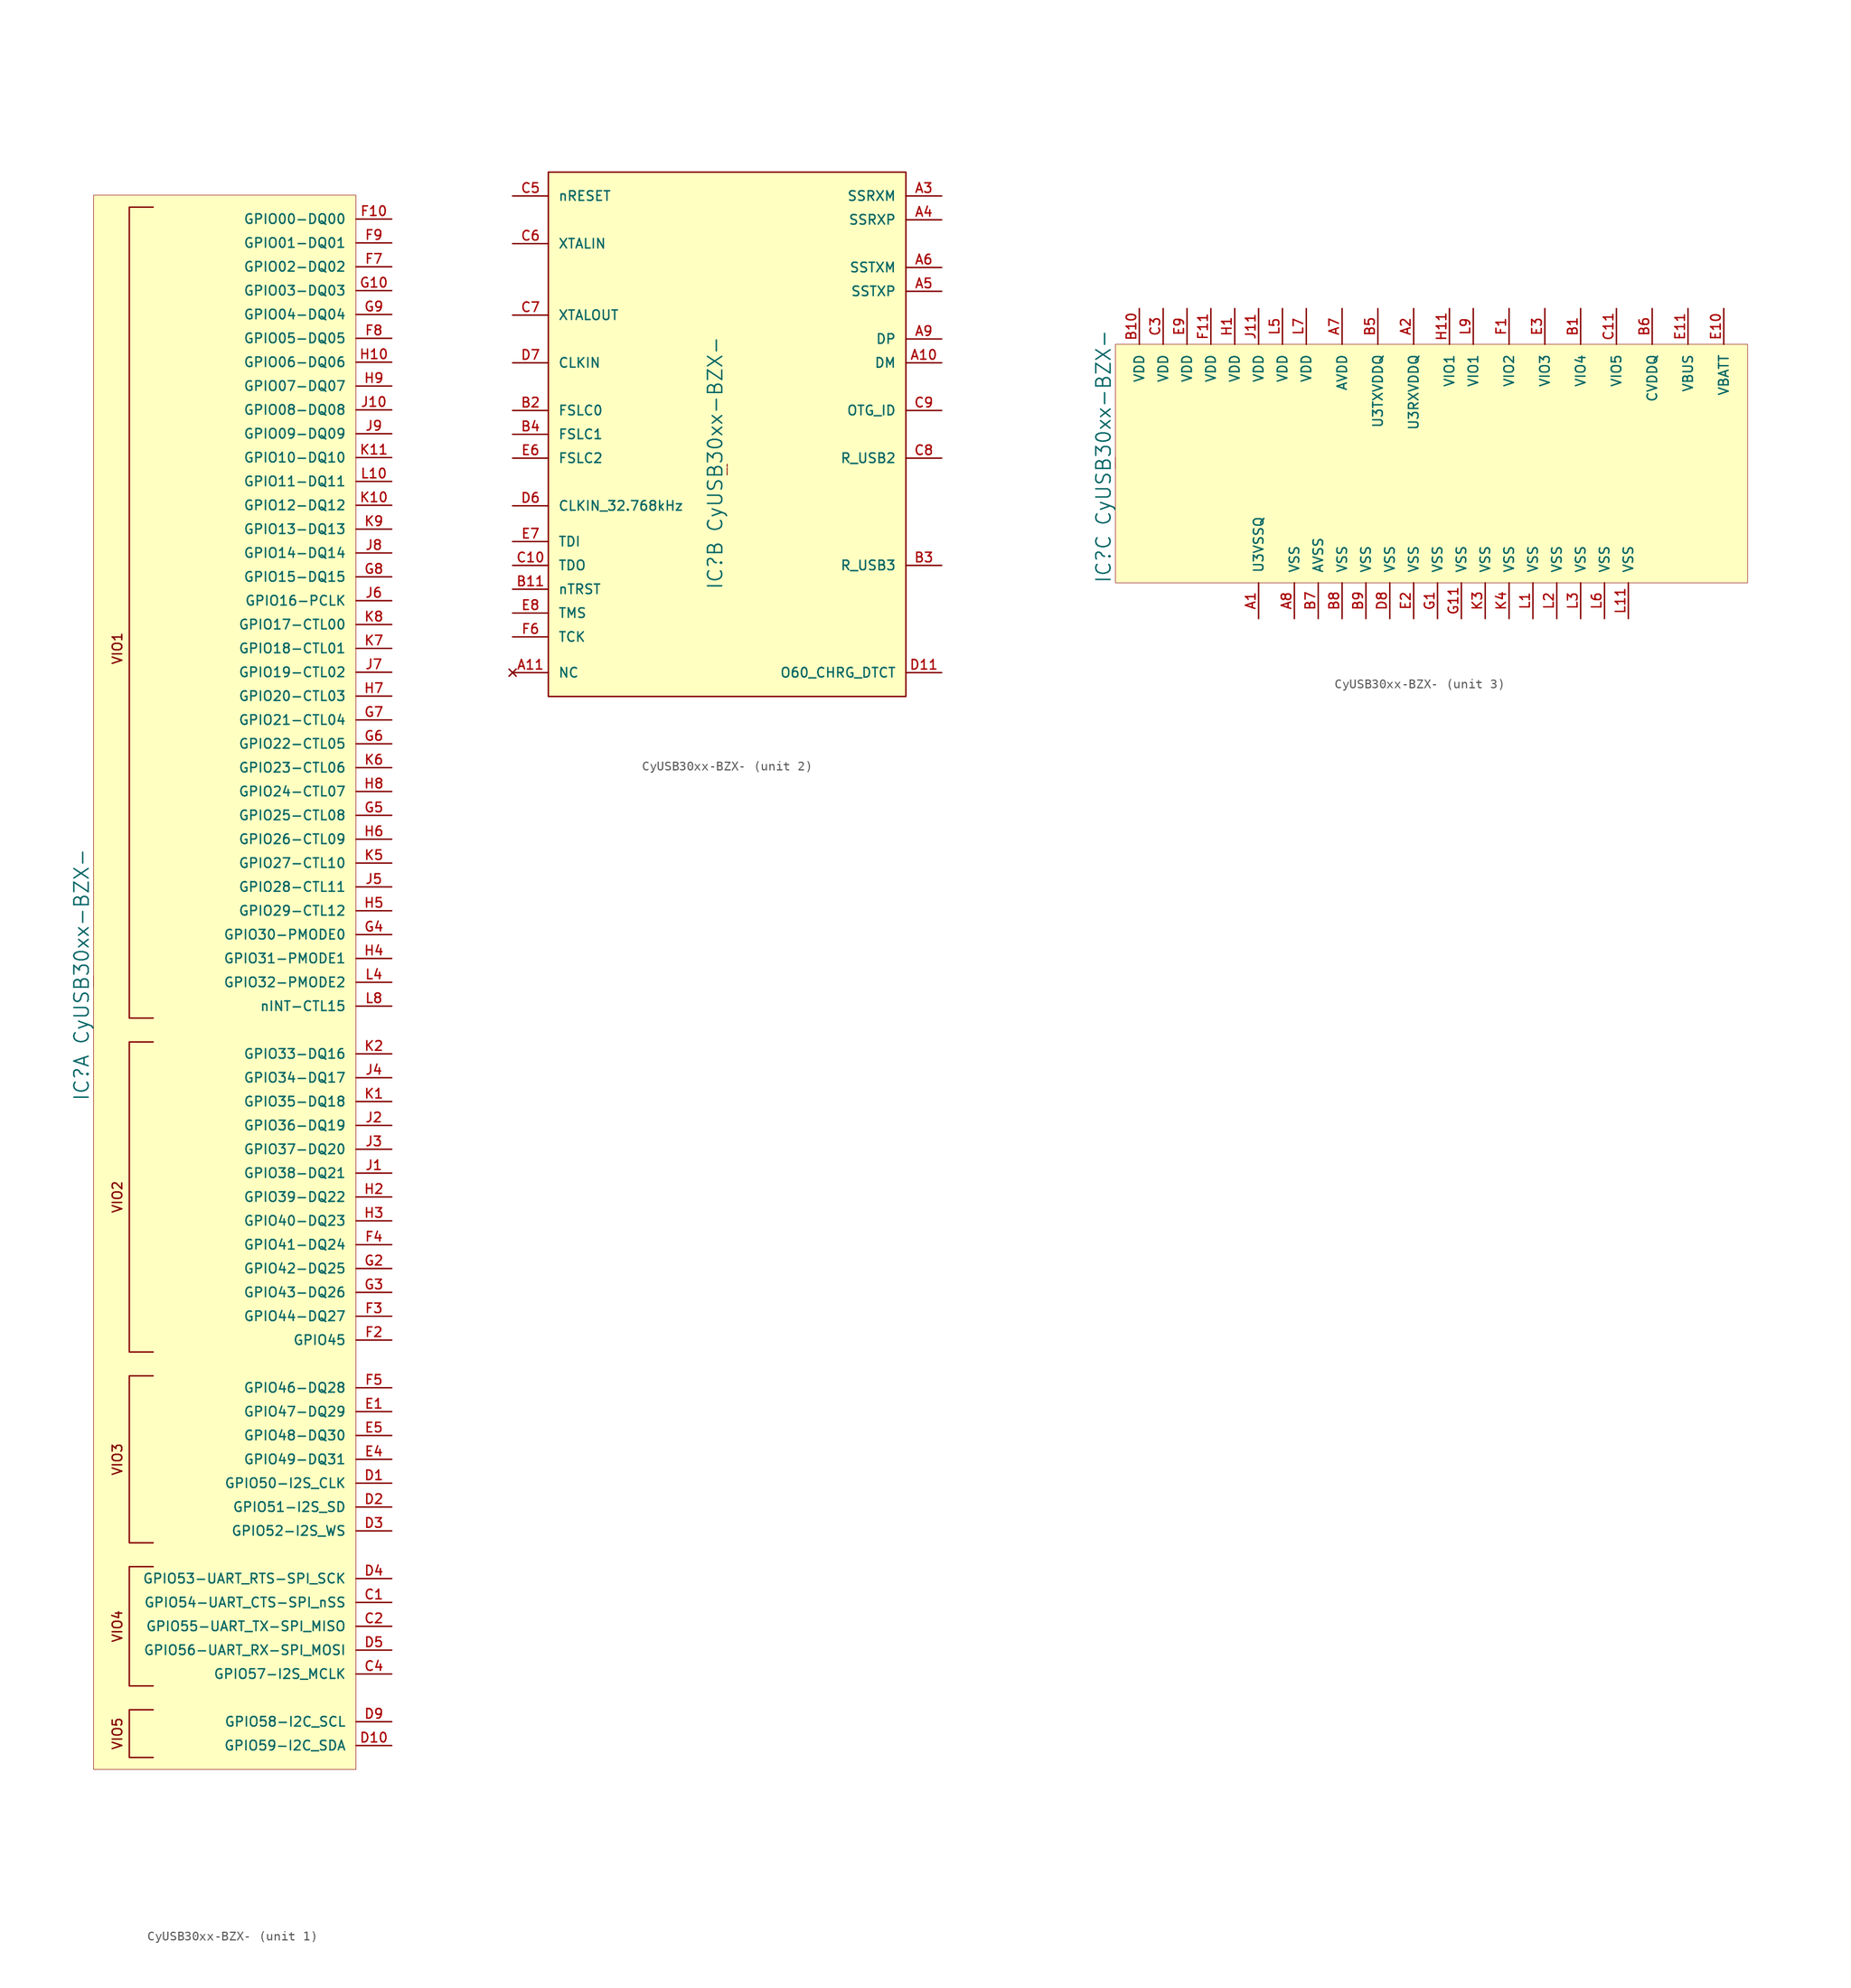
<source format=kicad_sym>
(kicad_symbol_lib
  (version 20231120)
  (generator "kicad_symbol_editor")
  (generator_version "8.0")
  (symbol "CyUSB30xx-BZX-"
    (pin_names
      (offset 1.016))
    (property "Reference" "IC"
      (at -1.27 -10.16 90)
      (effects (font (size 1.524 1.524))))
    (property "Value" "CyUSB30xx-BZX-"
      (at -1.27 3.81 90)
      (effects (font (size 1.524 1.524))))
    (property "Footprint" ""
      (at 10.16 39.37 0)
      (effects (font (size 1.524 1.524))))
    (property "Datasheet" ""
      (at 10.16 39.37 0)
      (effects (font (size 1.524 1.524))))
    (symbol "CyUSB30xx-BZX-_0_0"
      (text "Schematic Symbol Drawn By Opendous Inc. www.opendous.org" (at 0 0.051 900) (effects (font (size 0.025 0.025)))))
    (symbol "CyUSB30xx-BZX-_1_0"
      (polyline (pts (xy 6.35 -77.47) (xy 3.81 -77.47) (xy 3.81 -82.55) (xy 6.35 -82.55)) (stroke (width 0.152) (type solid)) (fill (type none)))
      (polyline (pts (xy 6.35 -62.23) (xy 3.81 -62.23) (xy 3.81 -74.93) (xy 6.35 -74.93)) (stroke (width 0) (type solid)) (fill (type none)))
      (polyline (pts (xy 6.35 -59.69) (xy 3.81 -59.69) (xy 3.81 -41.91) (xy 6.35 -41.91)) (stroke (width 0) (type solid)) (fill (type none)))
      (polyline (pts (xy 6.35 -39.37) (xy 3.81 -39.37) (xy 3.81 -6.35) (xy 6.35 -6.35)) (stroke (width 0) (type solid)) (fill (type none)))
      (polyline (pts (xy 6.35 -3.81) (xy 3.81 -3.81) (xy 3.81 82.55) (xy 6.35 82.55)) (stroke (width 0) (type solid)) (fill (type none)))
      (text "VIO1" (at 2.54 35.56 900) (effects (font (size 1.016 1.016))))
      (text "VIO2" (at 2.54 -22.86 900) (effects (font (size 1.016 1.016))))
      (text "VIO3" (at 2.54 -50.8 900) (effects (font (size 1.016 1.016))))
      (text "VIO4" (at 2.54 -68.58 900) (effects (font (size 1.016 1.016))))
      (text "VIO5" (at 2.54 -80.01 900) (effects (font (size 1.016 1.016)))))
    (symbol "CyUSB30xx-BZX-_1_1"
      (rectangle (start 27.94 83.82) (end 0 -83.82) (stroke (width 0.051) (type solid)) (fill (type background)))
      (pin bidirectional line (at 31.75 -66.04 180) (length 3.81) (name "GPIO54-UART_CTS-SPI_nSS" (effects (font (size 1.016 1.016)))) (number "C1" (effects (font (size 1.016 1.016)))))
      (pin bidirectional line (at 31.75 -68.58 180) (length 3.81) (name "GPIO55-UART_TX-SPI_MISO" (effects (font (size 1.016 1.016)))) (number "C2" (effects (font (size 1.016 1.016)))))
      (pin bidirectional line (at 31.75 -73.66 180) (length 3.81) (name "GPIO57-I2S_MCLK" (effects (font (size 1.016 1.016)))) (number "C4" (effects (font (size 1.016 1.016)))))
      (pin bidirectional line (at 31.75 -53.34 180) (length 3.81) (name "GPIO50-I2S_CLK" (effects (font (size 1.016 1.016)))) (number "D1" (effects (font (size 1.016 1.016)))))
      (pin bidirectional line (at 31.75 -81.28 180) (length 3.81) (name "GPIO59-I2C_SDA" (effects (font (size 1.016 1.016)))) (number "D10" (effects (font (size 1.016 1.016)))))
      (pin bidirectional line (at 31.75 -55.88 180) (length 3.81) (name "GPIO51-I2S_SD" (effects (font (size 1.016 1.016)))) (number "D2" (effects (font (size 1.016 1.016)))))
      (pin bidirectional line (at 31.75 -58.42 180) (length 3.81) (name "GPIO52-I2S_WS" (effects (font (size 1.016 1.016)))) (number "D3" (effects (font (size 1.016 1.016)))))
      (pin bidirectional line (at 31.75 -63.5 180) (length 3.81) (name "GPIO53-UART_RTS-SPI_SCK" (effects (font (size 1.016 1.016)))) (number "D4" (effects (font (size 1.016 1.016)))))
      (pin bidirectional line (at 31.75 -71.12 180) (length 3.81) (name "GPIO56-UART_RX-SPI_MOSI" (effects (font (size 1.016 1.016)))) (number "D5" (effects (font (size 1.016 1.016)))))
      (pin bidirectional line (at 31.75 -78.74 180) (length 3.81) (name "GPIO58-I2C_SCL" (effects (font (size 1.016 1.016)))) (number "D9" (effects (font (size 1.016 1.016)))))
      (pin bidirectional line (at 31.75 -45.72 180) (length 3.81) (name "GPIO47-DQ29" (effects (font (size 1.016 1.016)))) (number "E1" (effects (font (size 1.016 1.016)))))
      (pin bidirectional line (at 31.75 -50.8 180) (length 3.81) (name "GPIO49-DQ31" (effects (font (size 1.016 1.016)))) (number "E4" (effects (font (size 1.016 1.016)))))
      (pin bidirectional line (at 31.75 -48.26 180) (length 3.81) (name "GPIO48-DQ30" (effects (font (size 1.016 1.016)))) (number "E5" (effects (font (size 1.016 1.016)))))
      (pin bidirectional line (at 31.75 81.28 180) (length 3.81) (name "GPIO00-DQ00" (effects (font (size 1.016 1.016)))) (number "F10" (effects (font (size 1.016 1.016)))))
      (pin bidirectional line (at 31.75 -38.1 180) (length 3.81) (name "GPIO45" (effects (font (size 1.016 1.016)))) (number "F2" (effects (font (size 1.016 1.016)))))
      (pin bidirectional line (at 31.75 -35.56 180) (length 3.81) (name "GPIO44-DQ27" (effects (font (size 1.016 1.016)))) (number "F3" (effects (font (size 1.016 1.016)))))
      (pin bidirectional line (at 31.75 -27.94 180) (length 3.81) (name "GPIO41-DQ24" (effects (font (size 1.016 1.016)))) (number "F4" (effects (font (size 1.016 1.016)))))
      (pin bidirectional line (at 31.75 -43.18 180) (length 3.81) (name "GPIO46-DQ28" (effects (font (size 1.016 1.016)))) (number "F5" (effects (font (size 1.016 1.016)))))
      (pin bidirectional line (at 31.75 76.2 180) (length 3.81) (name "GPIO02-DQ02" (effects (font (size 1.016 1.016)))) (number "F7" (effects (font (size 1.016 1.016)))))
      (pin bidirectional line (at 31.75 68.58 180) (length 3.81) (name "GPIO05-DQ05" (effects (font (size 1.016 1.016)))) (number "F8" (effects (font (size 1.016 1.016)))))
      (pin bidirectional line (at 31.75 78.74 180) (length 3.81) (name "GPIO01-DQ01" (effects (font (size 1.016 1.016)))) (number "F9" (effects (font (size 1.016 1.016)))))
      (pin bidirectional line (at 31.75 73.66 180) (length 3.81) (name "GPIO03-DQ03" (effects (font (size 1.016 1.016)))) (number "G10" (effects (font (size 1.016 1.016)))))
      (pin bidirectional line (at 31.75 -30.48 180) (length 3.81) (name "GPIO42-DQ25" (effects (font (size 1.016 1.016)))) (number "G2" (effects (font (size 1.016 1.016)))))
      (pin bidirectional line (at 31.75 -33.02 180) (length 3.81) (name "GPIO43-DQ26" (effects (font (size 1.016 1.016)))) (number "G3" (effects (font (size 1.016 1.016)))))
      (pin bidirectional line (at 31.75 5.08 180) (length 3.81) (name "GPIO30-PMODE0" (effects (font (size 1.016 1.016)))) (number "G4" (effects (font (size 1.016 1.016)))))
      (pin bidirectional line (at 31.75 17.78 180) (length 3.81) (name "GPIO25-CTL08" (effects (font (size 1.016 1.016)))) (number "G5" (effects (font (size 1.016 1.016)))))
      (pin bidirectional line (at 31.75 25.4 180) (length 3.81) (name "GPIO22-CTL05" (effects (font (size 1.016 1.016)))) (number "G6" (effects (font (size 1.016 1.016)))))
      (pin bidirectional line (at 31.75 27.94 180) (length 3.81) (name "GPIO21-CTL04" (effects (font (size 1.016 1.016)))) (number "G7" (effects (font (size 1.016 1.016)))))
      (pin bidirectional line (at 31.75 43.18 180) (length 3.81) (name "GPIO15-DQ15" (effects (font (size 1.016 1.016)))) (number "G8" (effects (font (size 1.016 1.016)))))
      (pin bidirectional line (at 31.75 71.12 180) (length 3.81) (name "GPIO04-DQ04" (effects (font (size 1.016 1.016)))) (number "G9" (effects (font (size 1.016 1.016)))))
      (pin bidirectional line (at 31.75 66.04 180) (length 3.81) (name "GPIO06-DQ06" (effects (font (size 1.016 1.016)))) (number "H10" (effects (font (size 1.016 1.016)))))
      (pin bidirectional line (at 31.75 -22.86 180) (length 3.81) (name "GPIO39-DQ22" (effects (font (size 1.016 1.016)))) (number "H2" (effects (font (size 1.016 1.016)))))
      (pin bidirectional line (at 31.75 -25.4 180) (length 3.81) (name "GPIO40-DQ23" (effects (font (size 1.016 1.016)))) (number "H3" (effects (font (size 1.016 1.016)))))
      (pin bidirectional line (at 31.75 2.54 180) (length 3.81) (name "GPIO31-PMODE1" (effects (font (size 1.016 1.016)))) (number "H4" (effects (font (size 1.016 1.016)))))
      (pin bidirectional line (at 31.75 7.62 180) (length 3.81) (name "GPIO29-CTL12" (effects (font (size 1.016 1.016)))) (number "H5" (effects (font (size 1.016 1.016)))))
      (pin bidirectional line (at 31.75 15.24 180) (length 3.81) (name "GPIO26-CTL09" (effects (font (size 1.016 1.016)))) (number "H6" (effects (font (size 1.016 1.016)))))
      (pin bidirectional line (at 31.75 30.48 180) (length 3.81) (name "GPIO20-CTL03" (effects (font (size 1.016 1.016)))) (number "H7" (effects (font (size 1.016 1.016)))))
      (pin bidirectional line (at 31.75 20.32 180) (length 3.81) (name "GPIO24-CTL07" (effects (font (size 1.016 1.016)))) (number "H8" (effects (font (size 1.016 1.016)))))
      (pin bidirectional line (at 31.75 63.5 180) (length 3.81) (name "GPIO07-DQ07" (effects (font (size 1.016 1.016)))) (number "H9" (effects (font (size 1.016 1.016)))))
      (pin bidirectional line (at 31.75 -20.32 180) (length 3.81) (name "GPIO38-DQ21" (effects (font (size 1.016 1.016)))) (number "J1" (effects (font (size 1.016 1.016)))))
      (pin bidirectional line (at 31.75 60.96 180) (length 3.81) (name "GPIO08-DQ08" (effects (font (size 1.016 1.016)))) (number "J10" (effects (font (size 1.016 1.016)))))
      (pin bidirectional line (at 31.75 -15.24 180) (length 3.81) (name "GPIO36-DQ19" (effects (font (size 1.016 1.016)))) (number "J2" (effects (font (size 1.016 1.016)))))
      (pin bidirectional line (at 31.75 -17.78 180) (length 3.81) (name "GPIO37-DQ20" (effects (font (size 1.016 1.016)))) (number "J3" (effects (font (size 1.016 1.016)))))
      (pin bidirectional line (at 31.75 -10.16 180) (length 3.81) (name "GPIO34-DQ17" (effects (font (size 1.016 1.016)))) (number "J4" (effects (font (size 1.016 1.016)))))
      (pin bidirectional line (at 31.75 10.16 180) (length 3.81) (name "GPIO28-CTL11" (effects (font (size 1.016 1.016)))) (number "J5" (effects (font (size 1.016 1.016)))))
      (pin bidirectional line (at 31.75 40.64 180) (length 3.81) (name "GPIO16-PCLK" (effects (font (size 1.016 1.016)))) (number "J6" (effects (font (size 1.016 1.016)))))
      (pin bidirectional line (at 31.75 33.02 180) (length 3.81) (name "GPIO19-CTL02" (effects (font (size 1.016 1.016)))) (number "J7" (effects (font (size 1.016 1.016)))))
      (pin bidirectional line (at 31.75 45.72 180) (length 3.81) (name "GPIO14-DQ14" (effects (font (size 1.016 1.016)))) (number "J8" (effects (font (size 1.016 1.016)))))
      (pin bidirectional line (at 31.75 58.42 180) (length 3.81) (name "GPIO09-DQ09" (effects (font (size 1.016 1.016)))) (number "J9" (effects (font (size 1.016 1.016)))))
      (pin bidirectional line (at 31.75 -12.7 180) (length 3.81) (name "GPIO35-DQ18" (effects (font (size 1.016 1.016)))) (number "K1" (effects (font (size 1.016 1.016)))))
      (pin bidirectional line (at 31.75 50.8 180) (length 3.81) (name "GPIO12-DQ12" (effects (font (size 1.016 1.016)))) (number "K10" (effects (font (size 1.016 1.016)))))
      (pin bidirectional line (at 31.75 55.88 180) (length 3.81) (name "GPIO10-DQ10" (effects (font (size 1.016 1.016)))) (number "K11" (effects (font (size 1.016 1.016)))))
      (pin bidirectional line (at 31.75 -7.62 180) (length 3.81) (name "GPIO33-DQ16" (effects (font (size 1.016 1.016)))) (number "K2" (effects (font (size 1.016 1.016)))))
      (pin bidirectional line (at 31.75 12.7 180) (length 3.81) (name "GPIO27-CTL10" (effects (font (size 1.016 1.016)))) (number "K5" (effects (font (size 1.016 1.016)))))
      (pin bidirectional line (at 31.75 22.86 180) (length 3.81) (name "GPIO23-CTL06" (effects (font (size 1.016 1.016)))) (number "K6" (effects (font (size 1.016 1.016)))))
      (pin bidirectional line (at 31.75 35.56 180) (length 3.81) (name "GPIO18-CTL01" (effects (font (size 1.016 1.016)))) (number "K7" (effects (font (size 1.016 1.016)))))
      (pin bidirectional line (at 31.75 38.1 180) (length 3.81) (name "GPIO17-CTL00" (effects (font (size 1.016 1.016)))) (number "K8" (effects (font (size 1.016 1.016)))))
      (pin bidirectional line (at 31.75 48.26 180) (length 3.81) (name "GPIO13-DQ13" (effects (font (size 1.016 1.016)))) (number "K9" (effects (font (size 1.016 1.016)))))
      (pin bidirectional line (at 31.75 53.34 180) (length 3.81) (name "GPIO11-DQ11" (effects (font (size 1.016 1.016)))) (number "L10" (effects (font (size 1.016 1.016)))))
      (pin bidirectional line (at 31.75 0 180) (length 3.81) (name "GPIO32-PMODE2" (effects (font (size 1.016 1.016)))) (number "L4" (effects (font (size 1.016 1.016)))))
      (pin bidirectional line (at 31.75 -2.54 180) (length 3.81) (name "nINT-CTL15" (effects (font (size 1.016 1.016)))) (number "L8" (effects (font (size 1.016 1.016))))))
    (symbol "CyUSB30xx-BZX-_2_0"
      (rectangle (start 19.05 31.75) (end -19.05 -24.13) (stroke (width 0.152) (type solid)) (fill (type background))))
    (symbol "CyUSB30xx-BZX-_2_1"
      (pin bidirectional line (at 22.86 11.43 180) (length 3.81) (name "DM" (effects (font (size 1.016 1.016)))) (number "A10" (effects (font (size 1.016 1.016)))))
      (pin no_connect line (at -22.86 -21.59 0) (length 3.81) (name "NC" (effects (font (size 1.016 1.016)))) (number "A11" (effects (font (size 1.016 1.016)))))
      (pin input line (at 22.86 29.21 180) (length 3.81) (name "SSRXM" (effects (font (size 1.016 1.016)))) (number "A3" (effects (font (size 1.016 1.016)))))
      (pin input line (at 22.86 26.67 180) (length 3.81) (name "SSRXP" (effects (font (size 1.016 1.016)))) (number "A4" (effects (font (size 1.016 1.016)))))
      (pin output line (at 22.86 19.05 180) (length 3.81) (name "SSTXP" (effects (font (size 1.016 1.016)))) (number "A5" (effects (font (size 1.016 1.016)))))
      (pin output line (at 22.86 21.59 180) (length 3.81) (name "SSTXM" (effects (font (size 1.016 1.016)))) (number "A6" (effects (font (size 1.016 1.016)))))
      (pin bidirectional line (at 22.86 13.97 180) (length 3.81) (name "DP" (effects (font (size 1.016 1.016)))) (number "A9" (effects (font (size 1.016 1.016)))))
      (pin input line (at -22.86 -12.7 0) (length 3.81) (name "nTRST" (effects (font (size 1.016 1.016)))) (number "B11" (effects (font (size 1.016 1.016)))))
      (pin input line (at -22.86 6.35 0) (length 3.81) (name "FSLC0" (effects (font (size 1.016 1.016)))) (number "B2" (effects (font (size 1.016 1.016)))))
      (pin passive line (at 22.86 -10.16 180) (length 3.81) (name "R_USB3" (effects (font (size 1.016 1.016)))) (number "B3" (effects (font (size 1.016 1.016)))))
      (pin input line (at -22.86 3.81 0) (length 3.81) (name "FSLC1" (effects (font (size 1.016 1.016)))) (number "B4" (effects (font (size 1.016 1.016)))))
      (pin output line (at -22.86 -10.16 0) (length 3.81) (name "TDO" (effects (font (size 1.016 1.016)))) (number "C10" (effects (font (size 1.016 1.016)))))
      (pin input line (at -22.86 29.21 0) (length 3.81) (name "nRESET" (effects (font (size 1.016 1.016)))) (number "C5" (effects (font (size 1.016 1.016)))))
      (pin bidirectional line (at -22.86 24.13 0) (length 3.81) (name "XTALIN" (effects (font (size 1.016 1.016)))) (number "C6" (effects (font (size 1.016 1.016)))))
      (pin bidirectional line (at -22.86 16.51 0) (length 3.81) (name "XTALOUT" (effects (font (size 1.016 1.016)))) (number "C7" (effects (font (size 1.016 1.016)))))
      (pin passive line (at 22.86 1.27 180) (length 3.81) (name "R_USB2" (effects (font (size 1.016 1.016)))) (number "C8" (effects (font (size 1.016 1.016)))))
      (pin input line (at 22.86 6.35 180) (length 3.81) (name "OTG_ID" (effects (font (size 1.016 1.016)))) (number "C9" (effects (font (size 1.016 1.016)))))
      (pin output line (at 22.86 -21.59 180) (length 3.81) (name "O60_CHRG_DTCT" (effects (font (size 1.016 1.016)))) (number "D11" (effects (font (size 1.016 1.016)))))
      (pin input line (at -22.86 -3.81 0) (length 3.81) (name "CLKIN_32.768kHz" (effects (font (size 1.016 1.016)))) (number "D6" (effects (font (size 1.016 1.016)))))
      (pin input line (at -22.86 11.43 0) (length 3.81) (name "CLKIN" (effects (font (size 1.016 1.016)))) (number "D7" (effects (font (size 1.016 1.016)))))
      (pin input line (at -22.86 1.27 0) (length 3.81) (name "FSLC2" (effects (font (size 1.016 1.016)))) (number "E6" (effects (font (size 1.016 1.016)))))
      (pin input line (at -22.86 -7.62 0) (length 3.81) (name "TDI" (effects (font (size 1.016 1.016)))) (number "E7" (effects (font (size 1.016 1.016)))))
      (pin input line (at -22.86 -15.24 0) (length 3.81) (name "TMS" (effects (font (size 1.016 1.016)))) (number "E8" (effects (font (size 1.016 1.016)))))
      (pin input line (at -22.86 -17.78 0) (length 3.81) (name "TCK" (effects (font (size 1.016 1.016)))) (number "F6" (effects (font (size 1.016 1.016))))))
    (symbol "CyUSB30xx-BZX-_3_1"
      (rectangle (start 67.31 12.7) (end 0 -12.7) (stroke (width 0.051) (type solid)) (fill (type background)))
      (pin power_in line (at 15.24 -16.51 90) (length 3.81) (name "U3VSSQ" (effects (font (size 1.016 1.016)))) (number "A1" (effects (font (size 1.016 1.016)))))
      (pin power_in line (at 31.75 16.51 270) (length 3.81) (name "U3RXVDDQ" (effects (font (size 1.016 1.016)))) (number "A2" (effects (font (size 1.016 1.016)))))
      (pin power_in line (at 24.13 16.51 270) (length 3.81) (name "AVDD" (effects (font (size 1.016 1.016)))) (number "A7" (effects (font (size 1.016 1.016)))))
      (pin power_in line (at 19.05 -16.51 90) (length 3.81) (name "VSS" (effects (font (size 1.016 1.016)))) (number "A8" (effects (font (size 1.016 1.016)))))
      (pin power_in line (at 49.53 16.51 270) (length 3.81) (name "VIO4" (effects (font (size 1.016 1.016)))) (number "B1" (effects (font (size 1.016 1.016)))))
      (pin power_in line (at 2.54 16.51 270) (length 3.81) (name "VDD" (effects (font (size 1.016 1.016)))) (number "B10" (effects (font (size 1.016 1.016)))))
      (pin power_in line (at 27.94 16.51 270) (length 3.81) (name "U3TXVDDQ" (effects (font (size 1.016 1.016)))) (number "B5" (effects (font (size 1.016 1.016)))))
      (pin power_in line (at 57.15 16.51 270) (length 3.81) (name "CVDDQ" (effects (font (size 1.016 1.016)))) (number "B6" (effects (font (size 1.016 1.016)))))
      (pin power_in line (at 21.59 -16.51 90) (length 3.81) (name "AVSS" (effects (font (size 1.016 1.016)))) (number "B7" (effects (font (size 1.016 1.016)))))
      (pin power_in line (at 24.13 -16.51 90) (length 3.81) (name "VSS" (effects (font (size 1.016 1.016)))) (number "B8" (effects (font (size 1.016 1.016)))))
      (pin power_in line (at 26.67 -16.51 90) (length 3.81) (name "VSS" (effects (font (size 1.016 1.016)))) (number "B9" (effects (font (size 1.016 1.016)))))
      (pin power_in line (at 53.34 16.51 270) (length 3.81) (name "VIO5" (effects (font (size 1.016 1.016)))) (number "C11" (effects (font (size 1.016 1.016)))))
      (pin power_in line (at 5.08 16.51 270) (length 3.81) (name "VDD" (effects (font (size 1.016 1.016)))) (number "C3" (effects (font (size 1.016 1.016)))))
      (pin power_in line (at 29.21 -16.51 90) (length 3.81) (name "VSS" (effects (font (size 1.016 1.016)))) (number "D8" (effects (font (size 1.016 1.016)))))
      (pin power_in line (at 64.77 16.51 270) (length 3.81) (name "VBATT" (effects (font (size 1.016 1.016)))) (number "E10" (effects (font (size 1.016 1.016)))))
      (pin power_in line (at 60.96 16.51 270) (length 3.81) (name "VBUS" (effects (font (size 1.016 1.016)))) (number "E11" (effects (font (size 1.016 1.016)))))
      (pin power_in line (at 31.75 -16.51 90) (length 3.81) (name "VSS" (effects (font (size 1.016 1.016)))) (number "E2" (effects (font (size 1.016 1.016)))))
      (pin power_in line (at 45.72 16.51 270) (length 3.81) (name "VIO3" (effects (font (size 1.016 1.016)))) (number "E3" (effects (font (size 1.016 1.016)))))
      (pin power_in line (at 7.62 16.51 270) (length 3.81) (name "VDD" (effects (font (size 1.016 1.016)))) (number "E9" (effects (font (size 1.016 1.016)))))
      (pin power_in line (at 41.91 16.51 270) (length 3.81) (name "VIO2" (effects (font (size 1.016 1.016)))) (number "F1" (effects (font (size 1.016 1.016)))))
      (pin power_in line (at 10.16 16.51 270) (length 3.81) (name "VDD" (effects (font (size 1.016 1.016)))) (number "F11" (effects (font (size 1.016 1.016)))))
      (pin power_in line (at 34.29 -16.51 90) (length 3.81) (name "VSS" (effects (font (size 1.016 1.016)))) (number "G1" (effects (font (size 1.016 1.016)))))
      (pin power_in line (at 36.83 -16.51 90) (length 3.81) (name "VSS" (effects (font (size 1.016 1.016)))) (number "G11" (effects (font (size 1.016 1.016)))))
      (pin power_in line (at 12.7 16.51 270) (length 3.81) (name "VDD" (effects (font (size 1.016 1.016)))) (number "H1" (effects (font (size 1.016 1.016)))))
      (pin power_in line (at 35.56 16.51 270) (length 3.81) (name "VIO1" (effects (font (size 1.016 1.016)))) (number "H11" (effects (font (size 1.016 1.016)))))
      (pin power_in line (at 15.24 16.51 270) (length 3.81) (name "VDD" (effects (font (size 1.016 1.016)))) (number "J11" (effects (font (size 1.016 1.016)))))
      (pin power_in line (at 39.37 -16.51 90) (length 3.81) (name "VSS" (effects (font (size 1.016 1.016)))) (number "K3" (effects (font (size 1.016 1.016)))))
      (pin power_in line (at 41.91 -16.51 90) (length 3.81) (name "VSS" (effects (font (size 1.016 1.016)))) (number "K4" (effects (font (size 1.016 1.016)))))
      (pin power_in line (at 44.45 -16.51 90) (length 3.81) (name "VSS" (effects (font (size 1.016 1.016)))) (number "L1" (effects (font (size 1.016 1.016)))))
      (pin power_in line (at 54.61 -16.51 90) (length 3.81) (name "VSS" (effects (font (size 1.016 1.016)))) (number "L11" (effects (font (size 1.016 1.016)))))
      (pin power_in line (at 46.99 -16.51 90) (length 3.81) (name "VSS" (effects (font (size 1.016 1.016)))) (number "L2" (effects (font (size 1.016 1.016)))))
      (pin power_in line (at 49.53 -16.51 90) (length 3.81) (name "VSS" (effects (font (size 1.016 1.016)))) (number "L3" (effects (font (size 1.016 1.016)))))
      (pin power_in line (at 17.78 16.51 270) (length 3.81) (name "VDD" (effects (font (size 1.016 1.016)))) (number "L5" (effects (font (size 1.016 1.016)))))
      (pin power_in line (at 52.07 -16.51 90) (length 3.81) (name "VSS" (effects (font (size 1.016 1.016)))) (number "L6" (effects (font (size 1.016 1.016)))))
      (pin power_in line (at 20.32 16.51 270) (length 3.81) (name "VDD" (effects (font (size 1.016 1.016)))) (number "L7" (effects (font (size 1.016 1.016)))))
      (pin power_in line (at 38.1 16.51 270) (length 3.81) (name "VIO1" (effects (font (size 1.016 1.016)))) (number "L9" (effects (font (size 1.016 1.016))))))))
</source>
